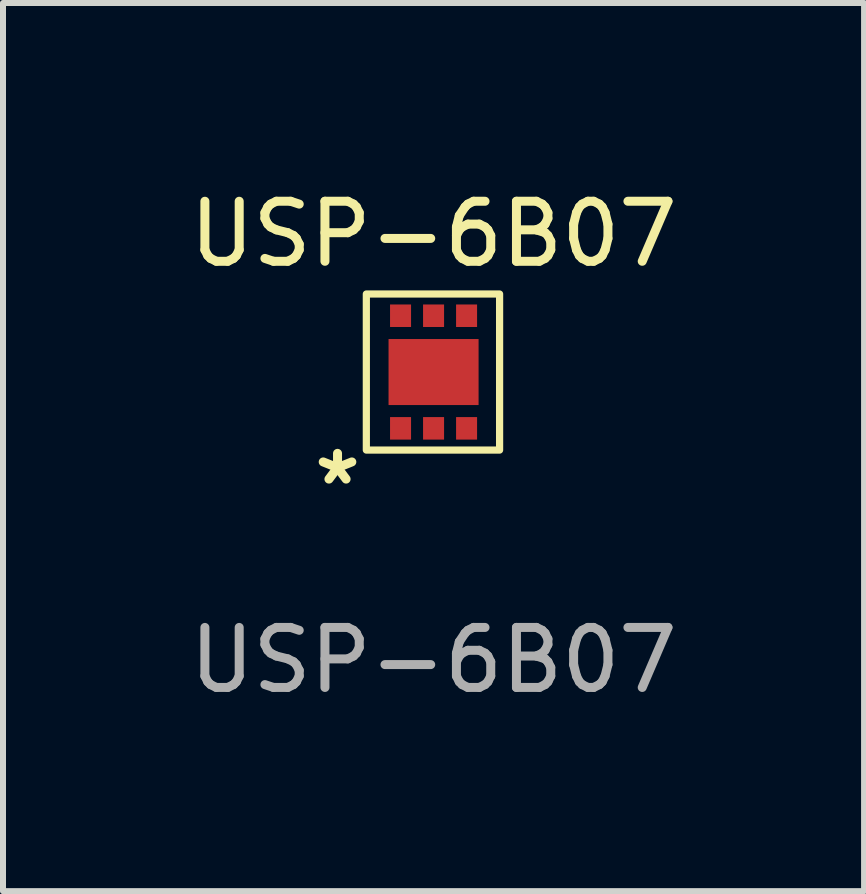
<source format=kicad_pcb>
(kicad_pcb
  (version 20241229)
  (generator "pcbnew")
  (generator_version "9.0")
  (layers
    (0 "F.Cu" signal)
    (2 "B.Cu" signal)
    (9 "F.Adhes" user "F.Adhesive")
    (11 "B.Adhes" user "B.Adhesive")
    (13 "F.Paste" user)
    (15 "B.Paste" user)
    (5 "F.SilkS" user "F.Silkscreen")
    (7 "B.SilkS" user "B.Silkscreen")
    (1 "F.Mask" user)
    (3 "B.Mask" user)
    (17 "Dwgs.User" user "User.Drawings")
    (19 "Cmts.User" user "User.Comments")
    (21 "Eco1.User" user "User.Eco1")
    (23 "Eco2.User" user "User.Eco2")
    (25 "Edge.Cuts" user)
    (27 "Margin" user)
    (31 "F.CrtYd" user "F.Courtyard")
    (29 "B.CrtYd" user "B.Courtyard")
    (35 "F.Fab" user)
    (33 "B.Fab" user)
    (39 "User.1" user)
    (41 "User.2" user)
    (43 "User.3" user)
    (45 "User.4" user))
  (footprint "USP-6B07"
    (layer "F.Cu")
    (at 4.173 3.148)
    (property "Reference" "USP-6B07" (at 0 -2.3 0) (unlocked yes) (layer "F.SilkS") (effects (font (size 1 1) (thickness 0.15))))
    (attr smd)
    (fp_rect (start 1.1 1.3) (end -1.12 -1.3) (stroke (width 0.12) (type solid)) (fill no) (layer "F.SilkS"))
    (fp_text user "*" (at -1.6 1.9 0) (unlocked yes) (layer "F.SilkS") (effects (font (size 1 1) (thickness 0.15))))
    (fp_text user "${REFERENCE}" (at 0 4.8 0) (unlocked yes) (layer "F.Fab") (effects (font (size 1 1) (thickness 0.15))))
    (pad "1" smd rect (at -0.55 0.938) (size 0.35 0.375) (layers "F.Cu" "F.Mask" "F.Paste"))
    (pad "2" smd rect (at 0 0.938) (size 0.35 0.375) (layers "F.Cu" "F.Mask" "F.Paste"))
    (pad "3" smd rect (at 0.55 0.938) (size 0.35 0.375) (layers "F.Cu" "F.Mask" "F.Paste"))
    (pad "4" smd rect (at 0.55 -0.938) (size 0.35 0.375) (layers "F.Cu" "F.Mask" "F.Paste"))
    (pad "5" smd rect (at 0 -0.938) (size 0.35 0.375) (layers "F.Cu" "F.Mask" "F.Paste"))
    (pad "6" smd rect (at -0.55 -0.938) (size 0.35 0.375) (layers "F.Cu" "F.Mask" "F.Paste"))
    (pad "7" smd rect (at 0 0) (size 1.5 1.1) (property pad_prop_heatsink) (layers "F.Cu" "F.Mask" "F.Paste")))
  (gr_rect
    (start -3 -3)
    (end 11.345 11.796)
    (stroke (width 0.1) (type default))
    (fill no)
    (layer "Edge.Cuts")))
</source>
